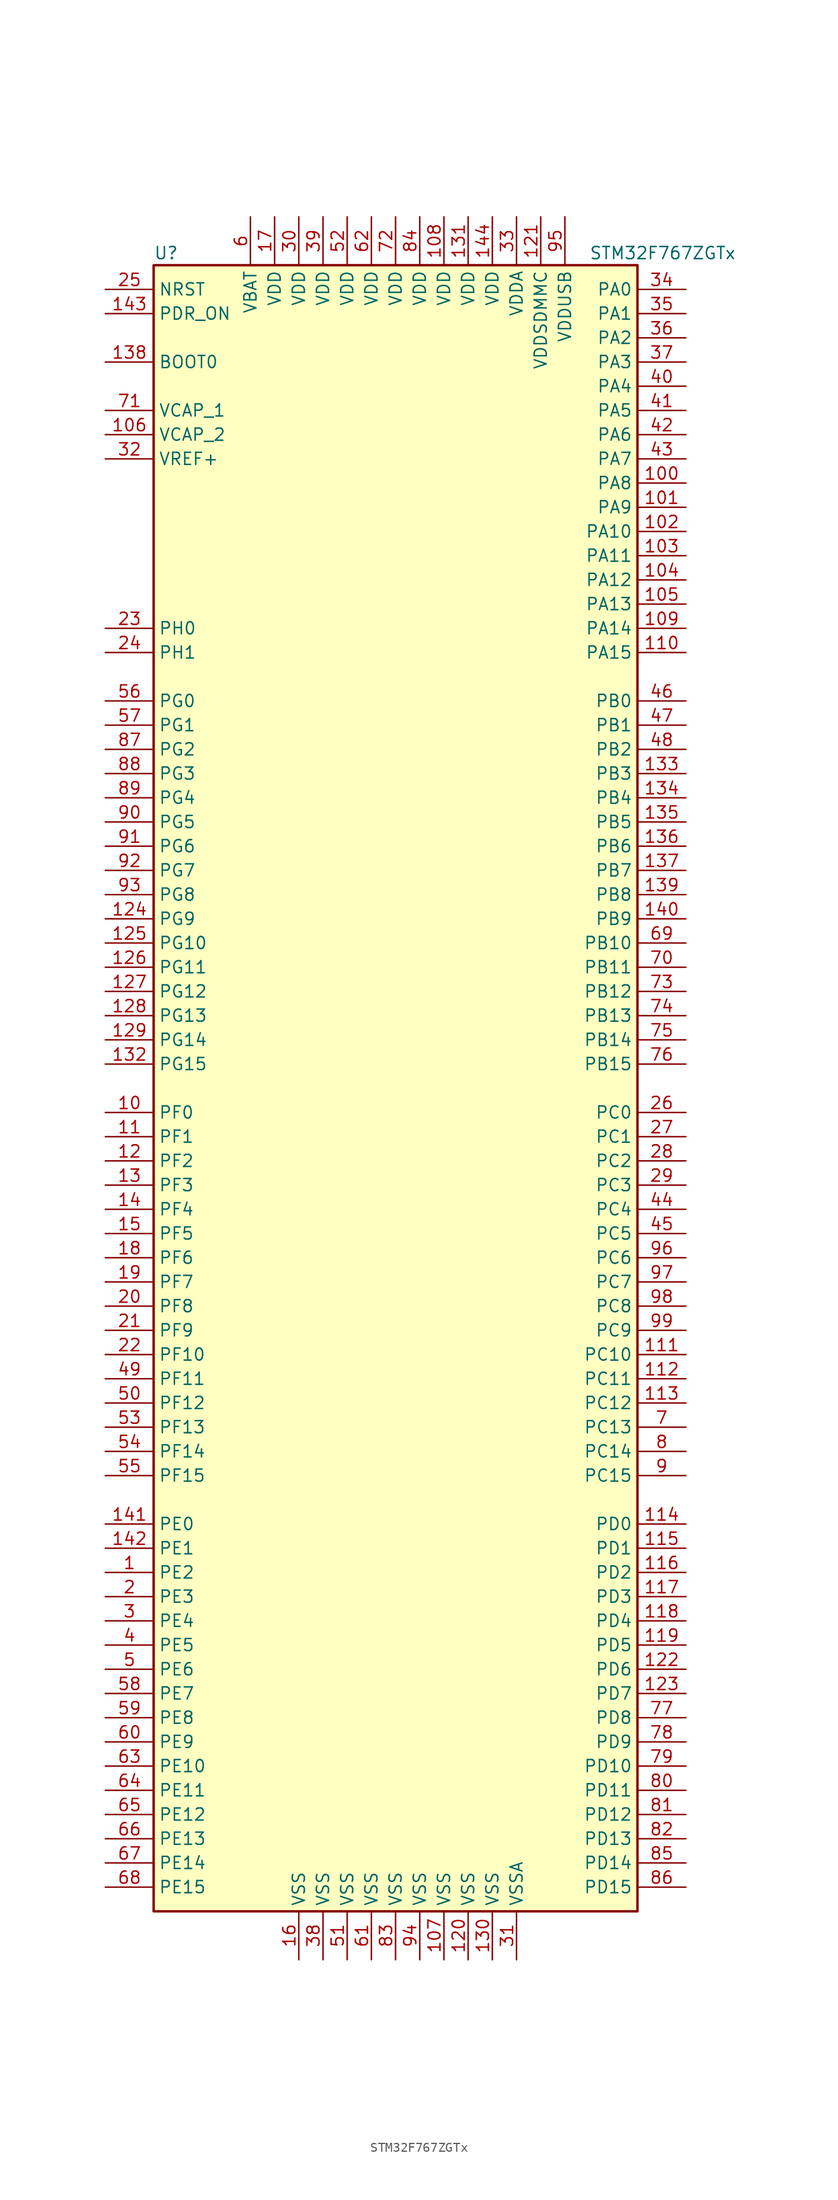
<source format=kicad_sym>
(kicad_symbol_lib
  (version 20201005)
  (generator kicad_symbol_editor)
  (symbol "STM32F767ZGTx"
    (property "Reference" "U"
      (at -25.4 87.63 0)
      (effects (font (size 1.27 1.27)) (justify left)))
    (property "Value" "STM32F767ZGTx"
      (at 20.32 87.63 0)
      (effects (font (size 1.27 1.27)) (justify left)))
    (symbol "STM32F767ZGTx_0_1"
      (rectangle (start -25.4 -86.36) (end 25.4 86.36) (stroke (width 0.254)) (fill (type background))))
    (symbol "STM32F767ZGTx_1_1"
      (pin input line (at -30.48 76.2 0) (length 5.08) (name "BOOT0" (effects (font (size 1.27 1.27)))) (number "138" (effects (font (size 1.27 1.27)))))
      (pin input line (at -30.48 83.82 0) (length 5.08) (name "NRST" (effects (font (size 1.27 1.27)))) (number "25" (effects (font (size 1.27 1.27)))))
      (pin bidirectional line (at 30.48 83.82 180) (length 5.08) (name "PA0" (effects (font (size 1.27 1.27)))) (number "34" (effects (font (size 1.27 1.27)))))
      (pin bidirectional line (at 30.48 81.28 180) (length 5.08) (name "PA1" (effects (font (size 1.27 1.27)))) (number "35" (effects (font (size 1.27 1.27)))))
      (pin bidirectional line (at 30.48 58.42 180) (length 5.08) (name "PA10" (effects (font (size 1.27 1.27)))) (number "102" (effects (font (size 1.27 1.27)))))
      (pin bidirectional line (at 30.48 55.88 180) (length 5.08) (name "PA11" (effects (font (size 1.27 1.27)))) (number "103" (effects (font (size 1.27 1.27)))))
      (pin bidirectional line (at 30.48 53.34 180) (length 5.08) (name "PA12" (effects (font (size 1.27 1.27)))) (number "104" (effects (font (size 1.27 1.27)))))
      (pin bidirectional line (at 30.48 50.8 180) (length 5.08) (name "PA13" (effects (font (size 1.27 1.27)))) (number "105" (effects (font (size 1.27 1.27)))))
      (pin bidirectional line (at 30.48 48.26 180) (length 5.08) (name "PA14" (effects (font (size 1.27 1.27)))) (number "109" (effects (font (size 1.27 1.27)))))
      (pin bidirectional line (at 30.48 45.72 180) (length 5.08) (name "PA15" (effects (font (size 1.27 1.27)))) (number "110" (effects (font (size 1.27 1.27)))))
      (pin bidirectional line (at 30.48 78.74 180) (length 5.08) (name "PA2" (effects (font (size 1.27 1.27)))) (number "36" (effects (font (size 1.27 1.27)))))
      (pin bidirectional line (at 30.48 76.2 180) (length 5.08) (name "PA3" (effects (font (size 1.27 1.27)))) (number "37" (effects (font (size 1.27 1.27)))))
      (pin bidirectional line (at 30.48 73.66 180) (length 5.08) (name "PA4" (effects (font (size 1.27 1.27)))) (number "40" (effects (font (size 1.27 1.27)))))
      (pin bidirectional line (at 30.48 71.12 180) (length 5.08) (name "PA5" (effects (font (size 1.27 1.27)))) (number "41" (effects (font (size 1.27 1.27)))))
      (pin bidirectional line (at 30.48 68.58 180) (length 5.08) (name "PA6" (effects (font (size 1.27 1.27)))) (number "42" (effects (font (size 1.27 1.27)))))
      (pin bidirectional line (at 30.48 66.04 180) (length 5.08) (name "PA7" (effects (font (size 1.27 1.27)))) (number "43" (effects (font (size 1.27 1.27)))))
      (pin bidirectional line (at 30.48 63.5 180) (length 5.08) (name "PA8" (effects (font (size 1.27 1.27)))) (number "100" (effects (font (size 1.27 1.27)))))
      (pin bidirectional line (at 30.48 60.96 180) (length 5.08) (name "PA9" (effects (font (size 1.27 1.27)))) (number "101" (effects (font (size 1.27 1.27)))))
      (pin bidirectional line (at 30.48 40.64 180) (length 5.08) (name "PB0" (effects (font (size 1.27 1.27)))) (number "46" (effects (font (size 1.27 1.27)))))
      (pin bidirectional line (at 30.48 38.1 180) (length 5.08) (name "PB1" (effects (font (size 1.27 1.27)))) (number "47" (effects (font (size 1.27 1.27)))))
      (pin bidirectional line (at 30.48 15.24 180) (length 5.08) (name "PB10" (effects (font (size 1.27 1.27)))) (number "69" (effects (font (size 1.27 1.27)))))
      (pin bidirectional line (at 30.48 12.7 180) (length 5.08) (name "PB11" (effects (font (size 1.27 1.27)))) (number "70" (effects (font (size 1.27 1.27)))))
      (pin bidirectional line (at 30.48 10.16 180) (length 5.08) (name "PB12" (effects (font (size 1.27 1.27)))) (number "73" (effects (font (size 1.27 1.27)))))
      (pin bidirectional line (at 30.48 7.62 180) (length 5.08) (name "PB13" (effects (font (size 1.27 1.27)))) (number "74" (effects (font (size 1.27 1.27)))))
      (pin bidirectional line (at 30.48 5.08 180) (length 5.08) (name "PB14" (effects (font (size 1.27 1.27)))) (number "75" (effects (font (size 1.27 1.27)))))
      (pin bidirectional line (at 30.48 2.54 180) (length 5.08) (name "PB15" (effects (font (size 1.27 1.27)))) (number "76" (effects (font (size 1.27 1.27)))))
      (pin bidirectional line (at 30.48 35.56 180) (length 5.08) (name "PB2" (effects (font (size 1.27 1.27)))) (number "48" (effects (font (size 1.27 1.27)))))
      (pin bidirectional line (at 30.48 33.02 180) (length 5.08) (name "PB3" (effects (font (size 1.27 1.27)))) (number "133" (effects (font (size 1.27 1.27)))))
      (pin bidirectional line (at 30.48 30.48 180) (length 5.08) (name "PB4" (effects (font (size 1.27 1.27)))) (number "134" (effects (font (size 1.27 1.27)))))
      (pin bidirectional line (at 30.48 27.94 180) (length 5.08) (name "PB5" (effects (font (size 1.27 1.27)))) (number "135" (effects (font (size 1.27 1.27)))))
      (pin bidirectional line (at 30.48 25.4 180) (length 5.08) (name "PB6" (effects (font (size 1.27 1.27)))) (number "136" (effects (font (size 1.27 1.27)))))
      (pin bidirectional line (at 30.48 22.86 180) (length 5.08) (name "PB7" (effects (font (size 1.27 1.27)))) (number "137" (effects (font (size 1.27 1.27)))))
      (pin bidirectional line (at 30.48 20.32 180) (length 5.08) (name "PB8" (effects (font (size 1.27 1.27)))) (number "139" (effects (font (size 1.27 1.27)))))
      (pin bidirectional line (at 30.48 17.78 180) (length 5.08) (name "PB9" (effects (font (size 1.27 1.27)))) (number "140" (effects (font (size 1.27 1.27)))))
      (pin bidirectional line (at 30.48 -2.54 180) (length 5.08) (name "PC0" (effects (font (size 1.27 1.27)))) (number "26" (effects (font (size 1.27 1.27)))))
      (pin bidirectional line (at 30.48 -5.08 180) (length 5.08) (name "PC1" (effects (font (size 1.27 1.27)))) (number "27" (effects (font (size 1.27 1.27)))))
      (pin bidirectional line (at 30.48 -27.94 180) (length 5.08) (name "PC10" (effects (font (size 1.27 1.27)))) (number "111" (effects (font (size 1.27 1.27)))))
      (pin bidirectional line (at 30.48 -30.48 180) (length 5.08) (name "PC11" (effects (font (size 1.27 1.27)))) (number "112" (effects (font (size 1.27 1.27)))))
      (pin bidirectional line (at 30.48 -33.02 180) (length 5.08) (name "PC12" (effects (font (size 1.27 1.27)))) (number "113" (effects (font (size 1.27 1.27)))))
      (pin bidirectional line (at 30.48 -35.56 180) (length 5.08) (name "PC13" (effects (font (size 1.27 1.27)))) (number "7" (effects (font (size 1.27 1.27)))))
      (pin bidirectional line (at 30.48 -38.1 180) (length 5.08) (name "PC14" (effects (font (size 1.27 1.27)))) (number "8" (effects (font (size 1.27 1.27)))))
      (pin bidirectional line (at 30.48 -40.64 180) (length 5.08) (name "PC15" (effects (font (size 1.27 1.27)))) (number "9" (effects (font (size 1.27 1.27)))))
      (pin bidirectional line (at 30.48 -7.62 180) (length 5.08) (name "PC2" (effects (font (size 1.27 1.27)))) (number "28" (effects (font (size 1.27 1.27)))))
      (pin bidirectional line (at 30.48 -10.16 180) (length 5.08) (name "PC3" (effects (font (size 1.27 1.27)))) (number "29" (effects (font (size 1.27 1.27)))))
      (pin bidirectional line (at 30.48 -12.7 180) (length 5.08) (name "PC4" (effects (font (size 1.27 1.27)))) (number "44" (effects (font (size 1.27 1.27)))))
      (pin bidirectional line (at 30.48 -15.24 180) (length 5.08) (name "PC5" (effects (font (size 1.27 1.27)))) (number "45" (effects (font (size 1.27 1.27)))))
      (pin bidirectional line (at 30.48 -17.78 180) (length 5.08) (name "PC6" (effects (font (size 1.27 1.27)))) (number "96" (effects (font (size 1.27 1.27)))))
      (pin bidirectional line (at 30.48 -20.32 180) (length 5.08) (name "PC7" (effects (font (size 1.27 1.27)))) (number "97" (effects (font (size 1.27 1.27)))))
      (pin bidirectional line (at 30.48 -22.86 180) (length 5.08) (name "PC8" (effects (font (size 1.27 1.27)))) (number "98" (effects (font (size 1.27 1.27)))))
      (pin bidirectional line (at 30.48 -25.4 180) (length 5.08) (name "PC9" (effects (font (size 1.27 1.27)))) (number "99" (effects (font (size 1.27 1.27)))))
      (pin bidirectional line (at 30.48 -45.72 180) (length 5.08) (name "PD0" (effects (font (size 1.27 1.27)))) (number "114" (effects (font (size 1.27 1.27)))))
      (pin bidirectional line (at 30.48 -48.26 180) (length 5.08) (name "PD1" (effects (font (size 1.27 1.27)))) (number "115" (effects (font (size 1.27 1.27)))))
      (pin bidirectional line (at 30.48 -71.12 180) (length 5.08) (name "PD10" (effects (font (size 1.27 1.27)))) (number "79" (effects (font (size 1.27 1.27)))))
      (pin bidirectional line (at 30.48 -73.66 180) (length 5.08) (name "PD11" (effects (font (size 1.27 1.27)))) (number "80" (effects (font (size 1.27 1.27)))))
      (pin bidirectional line (at 30.48 -76.2 180) (length 5.08) (name "PD12" (effects (font (size 1.27 1.27)))) (number "81" (effects (font (size 1.27 1.27)))))
      (pin bidirectional line (at 30.48 -78.74 180) (length 5.08) (name "PD13" (effects (font (size 1.27 1.27)))) (number "82" (effects (font (size 1.27 1.27)))))
      (pin bidirectional line (at 30.48 -81.28 180) (length 5.08) (name "PD14" (effects (font (size 1.27 1.27)))) (number "85" (effects (font (size 1.27 1.27)))))
      (pin bidirectional line (at 30.48 -83.82 180) (length 5.08) (name "PD15" (effects (font (size 1.27 1.27)))) (number "86" (effects (font (size 1.27 1.27)))))
      (pin bidirectional line (at 30.48 -50.8 180) (length 5.08) (name "PD2" (effects (font (size 1.27 1.27)))) (number "116" (effects (font (size 1.27 1.27)))))
      (pin bidirectional line (at 30.48 -53.34 180) (length 5.08) (name "PD3" (effects (font (size 1.27 1.27)))) (number "117" (effects (font (size 1.27 1.27)))))
      (pin bidirectional line (at 30.48 -55.88 180) (length 5.08) (name "PD4" (effects (font (size 1.27 1.27)))) (number "118" (effects (font (size 1.27 1.27)))))
      (pin bidirectional line (at 30.48 -58.42 180) (length 5.08) (name "PD5" (effects (font (size 1.27 1.27)))) (number "119" (effects (font (size 1.27 1.27)))))
      (pin bidirectional line (at 30.48 -60.96 180) (length 5.08) (name "PD6" (effects (font (size 1.27 1.27)))) (number "122" (effects (font (size 1.27 1.27)))))
      (pin bidirectional line (at 30.48 -63.5 180) (length 5.08) (name "PD7" (effects (font (size 1.27 1.27)))) (number "123" (effects (font (size 1.27 1.27)))))
      (pin bidirectional line (at 30.48 -66.04 180) (length 5.08) (name "PD8" (effects (font (size 1.27 1.27)))) (number "77" (effects (font (size 1.27 1.27)))))
      (pin bidirectional line (at 30.48 -68.58 180) (length 5.08) (name "PD9" (effects (font (size 1.27 1.27)))) (number "78" (effects (font (size 1.27 1.27)))))
      (pin input line (at -30.48 81.28 0) (length 5.08) (name "PDR_ON" (effects (font (size 1.27 1.27)))) (number "143" (effects (font (size 1.27 1.27)))))
      (pin bidirectional line (at -30.48 -45.72 0) (length 5.08) (name "PE0" (effects (font (size 1.27 1.27)))) (number "141" (effects (font (size 1.27 1.27)))))
      (pin bidirectional line (at -30.48 -48.26 0) (length 5.08) (name "PE1" (effects (font (size 1.27 1.27)))) (number "142" (effects (font (size 1.27 1.27)))))
      (pin bidirectional line (at -30.48 -71.12 0) (length 5.08) (name "PE10" (effects (font (size 1.27 1.27)))) (number "63" (effects (font (size 1.27 1.27)))))
      (pin bidirectional line (at -30.48 -73.66 0) (length 5.08) (name "PE11" (effects (font (size 1.27 1.27)))) (number "64" (effects (font (size 1.27 1.27)))))
      (pin bidirectional line (at -30.48 -76.2 0) (length 5.08) (name "PE12" (effects (font (size 1.27 1.27)))) (number "65" (effects (font (size 1.27 1.27)))))
      (pin bidirectional line (at -30.48 -78.74 0) (length 5.08) (name "PE13" (effects (font (size 1.27 1.27)))) (number "66" (effects (font (size 1.27 1.27)))))
      (pin bidirectional line (at -30.48 -81.28 0) (length 5.08) (name "PE14" (effects (font (size 1.27 1.27)))) (number "67" (effects (font (size 1.27 1.27)))))
      (pin bidirectional line (at -30.48 -83.82 0) (length 5.08) (name "PE15" (effects (font (size 1.27 1.27)))) (number "68" (effects (font (size 1.27 1.27)))))
      (pin bidirectional line (at -30.48 -50.8 0) (length 5.08) (name "PE2" (effects (font (size 1.27 1.27)))) (number "1" (effects (font (size 1.27 1.27)))))
      (pin bidirectional line (at -30.48 -53.34 0) (length 5.08) (name "PE3" (effects (font (size 1.27 1.27)))) (number "2" (effects (font (size 1.27 1.27)))))
      (pin bidirectional line (at -30.48 -55.88 0) (length 5.08) (name "PE4" (effects (font (size 1.27 1.27)))) (number "3" (effects (font (size 1.27 1.27)))))
      (pin bidirectional line (at -30.48 -58.42 0) (length 5.08) (name "PE5" (effects (font (size 1.27 1.27)))) (number "4" (effects (font (size 1.27 1.27)))))
      (pin bidirectional line (at -30.48 -60.96 0) (length 5.08) (name "PE6" (effects (font (size 1.27 1.27)))) (number "5" (effects (font (size 1.27 1.27)))))
      (pin bidirectional line (at -30.48 -63.5 0) (length 5.08) (name "PE7" (effects (font (size 1.27 1.27)))) (number "58" (effects (font (size 1.27 1.27)))))
      (pin bidirectional line (at -30.48 -66.04 0) (length 5.08) (name "PE8" (effects (font (size 1.27 1.27)))) (number "59" (effects (font (size 1.27 1.27)))))
      (pin bidirectional line (at -30.48 -68.58 0) (length 5.08) (name "PE9" (effects (font (size 1.27 1.27)))) (number "60" (effects (font (size 1.27 1.27)))))
      (pin bidirectional line (at -30.48 -2.54 0) (length 5.08) (name "PF0" (effects (font (size 1.27 1.27)))) (number "10" (effects (font (size 1.27 1.27)))))
      (pin bidirectional line (at -30.48 -5.08 0) (length 5.08) (name "PF1" (effects (font (size 1.27 1.27)))) (number "11" (effects (font (size 1.27 1.27)))))
      (pin bidirectional line (at -30.48 -27.94 0) (length 5.08) (name "PF10" (effects (font (size 1.27 1.27)))) (number "22" (effects (font (size 1.27 1.27)))))
      (pin bidirectional line (at -30.48 -30.48 0) (length 5.08) (name "PF11" (effects (font (size 1.27 1.27)))) (number "49" (effects (font (size 1.27 1.27)))))
      (pin bidirectional line (at -30.48 -33.02 0) (length 5.08) (name "PF12" (effects (font (size 1.27 1.27)))) (number "50" (effects (font (size 1.27 1.27)))))
      (pin bidirectional line (at -30.48 -35.56 0) (length 5.08) (name "PF13" (effects (font (size 1.27 1.27)))) (number "53" (effects (font (size 1.27 1.27)))))
      (pin bidirectional line (at -30.48 -38.1 0) (length 5.08) (name "PF14" (effects (font (size 1.27 1.27)))) (number "54" (effects (font (size 1.27 1.27)))))
      (pin bidirectional line (at -30.48 -40.64 0) (length 5.08) (name "PF15" (effects (font (size 1.27 1.27)))) (number "55" (effects (font (size 1.27 1.27)))))
      (pin bidirectional line (at -30.48 -7.62 0) (length 5.08) (name "PF2" (effects (font (size 1.27 1.27)))) (number "12" (effects (font (size 1.27 1.27)))))
      (pin bidirectional line (at -30.48 -10.16 0) (length 5.08) (name "PF3" (effects (font (size 1.27 1.27)))) (number "13" (effects (font (size 1.27 1.27)))))
      (pin bidirectional line (at -30.48 -12.7 0) (length 5.08) (name "PF4" (effects (font (size 1.27 1.27)))) (number "14" (effects (font (size 1.27 1.27)))))
      (pin bidirectional line (at -30.48 -15.24 0) (length 5.08) (name "PF5" (effects (font (size 1.27 1.27)))) (number "15" (effects (font (size 1.27 1.27)))))
      (pin bidirectional line (at -30.48 -17.78 0) (length 5.08) (name "PF6" (effects (font (size 1.27 1.27)))) (number "18" (effects (font (size 1.27 1.27)))))
      (pin bidirectional line (at -30.48 -20.32 0) (length 5.08) (name "PF7" (effects (font (size 1.27 1.27)))) (number "19" (effects (font (size 1.27 1.27)))))
      (pin bidirectional line (at -30.48 -22.86 0) (length 5.08) (name "PF8" (effects (font (size 1.27 1.27)))) (number "20" (effects (font (size 1.27 1.27)))))
      (pin bidirectional line (at -30.48 -25.4 0) (length 5.08) (name "PF9" (effects (font (size 1.27 1.27)))) (number "21" (effects (font (size 1.27 1.27)))))
      (pin bidirectional line (at -30.48 40.64 0) (length 5.08) (name "PG0" (effects (font (size 1.27 1.27)))) (number "56" (effects (font (size 1.27 1.27)))))
      (pin bidirectional line (at -30.48 38.1 0) (length 5.08) (name "PG1" (effects (font (size 1.27 1.27)))) (number "57" (effects (font (size 1.27 1.27)))))
      (pin bidirectional line (at -30.48 15.24 0) (length 5.08) (name "PG10" (effects (font (size 1.27 1.27)))) (number "125" (effects (font (size 1.27 1.27)))))
      (pin bidirectional line (at -30.48 12.7 0) (length 5.08) (name "PG11" (effects (font (size 1.27 1.27)))) (number "126" (effects (font (size 1.27 1.27)))))
      (pin bidirectional line (at -30.48 10.16 0) (length 5.08) (name "PG12" (effects (font (size 1.27 1.27)))) (number "127" (effects (font (size 1.27 1.27)))))
      (pin bidirectional line (at -30.48 7.62 0) (length 5.08) (name "PG13" (effects (font (size 1.27 1.27)))) (number "128" (effects (font (size 1.27 1.27)))))
      (pin bidirectional line (at -30.48 5.08 0) (length 5.08) (name "PG14" (effects (font (size 1.27 1.27)))) (number "129" (effects (font (size 1.27 1.27)))))
      (pin bidirectional line (at -30.48 2.54 0) (length 5.08) (name "PG15" (effects (font (size 1.27 1.27)))) (number "132" (effects (font (size 1.27 1.27)))))
      (pin bidirectional line (at -30.48 35.56 0) (length 5.08) (name "PG2" (effects (font (size 1.27 1.27)))) (number "87" (effects (font (size 1.27 1.27)))))
      (pin bidirectional line (at -30.48 33.02 0) (length 5.08) (name "PG3" (effects (font (size 1.27 1.27)))) (number "88" (effects (font (size 1.27 1.27)))))
      (pin bidirectional line (at -30.48 30.48 0) (length 5.08) (name "PG4" (effects (font (size 1.27 1.27)))) (number "89" (effects (font (size 1.27 1.27)))))
      (pin bidirectional line (at -30.48 27.94 0) (length 5.08) (name "PG5" (effects (font (size 1.27 1.27)))) (number "90" (effects (font (size 1.27 1.27)))))
      (pin bidirectional line (at -30.48 25.4 0) (length 5.08) (name "PG6" (effects (font (size 1.27 1.27)))) (number "91" (effects (font (size 1.27 1.27)))))
      (pin bidirectional line (at -30.48 22.86 0) (length 5.08) (name "PG7" (effects (font (size 1.27 1.27)))) (number "92" (effects (font (size 1.27 1.27)))))
      (pin bidirectional line (at -30.48 20.32 0) (length 5.08) (name "PG8" (effects (font (size 1.27 1.27)))) (number "93" (effects (font (size 1.27 1.27)))))
      (pin bidirectional line (at -30.48 17.78 0) (length 5.08) (name "PG9" (effects (font (size 1.27 1.27)))) (number "124" (effects (font (size 1.27 1.27)))))
      (pin input line (at -30.48 48.26 0) (length 5.08) (name "PH0" (effects (font (size 1.27 1.27)))) (number "23" (effects (font (size 1.27 1.27)))))
      (pin input line (at -30.48 45.72 0) (length 5.08) (name "PH1" (effects (font (size 1.27 1.27)))) (number "24" (effects (font (size 1.27 1.27)))))
      (pin power_in line (at -15.24 91.44 270) (length 5.08) (name "VBAT" (effects (font (size 1.27 1.27)))) (number "6" (effects (font (size 1.27 1.27)))))
      (pin power_in line (at -30.48 71.12 0) (length 5.08) (name "VCAP_1" (effects (font (size 1.27 1.27)))) (number "71" (effects (font (size 1.27 1.27)))))
      (pin power_in line (at -30.48 68.58 0) (length 5.08) (name "VCAP_2" (effects (font (size 1.27 1.27)))) (number "106" (effects (font (size 1.27 1.27)))))
      (pin power_in line (at 5.08 91.44 270) (length 5.08) (name "VDD" (effects (font (size 1.27 1.27)))) (number "108" (effects (font (size 1.27 1.27)))))
      (pin power_in line (at 7.62 91.44 270) (length 5.08) (name "VDD" (effects (font (size 1.27 1.27)))) (number "131" (effects (font (size 1.27 1.27)))))
      (pin power_in line (at 10.16 91.44 270) (length 5.08) (name "VDD" (effects (font (size 1.27 1.27)))) (number "144" (effects (font (size 1.27 1.27)))))
      (pin power_in line (at -12.7 91.44 270) (length 5.08) (name "VDD" (effects (font (size 1.27 1.27)))) (number "17" (effects (font (size 1.27 1.27)))))
      (pin power_in line (at -10.16 91.44 270) (length 5.08) (name "VDD" (effects (font (size 1.27 1.27)))) (number "30" (effects (font (size 1.27 1.27)))))
      (pin power_in line (at -7.62 91.44 270) (length 5.08) (name "VDD" (effects (font (size 1.27 1.27)))) (number "39" (effects (font (size 1.27 1.27)))))
      (pin power_in line (at -5.08 91.44 270) (length 5.08) (name "VDD" (effects (font (size 1.27 1.27)))) (number "52" (effects (font (size 1.27 1.27)))))
      (pin power_in line (at -2.54 91.44 270) (length 5.08) (name "VDD" (effects (font (size 1.27 1.27)))) (number "62" (effects (font (size 1.27 1.27)))))
      (pin power_in line (at 0 91.44 270) (length 5.08) (name "VDD" (effects (font (size 1.27 1.27)))) (number "72" (effects (font (size 1.27 1.27)))))
      (pin power_in line (at 2.54 91.44 270) (length 5.08) (name "VDD" (effects (font (size 1.27 1.27)))) (number "84" (effects (font (size 1.27 1.27)))))
      (pin power_in line (at 12.7 91.44 270) (length 5.08) (name "VDDA" (effects (font (size 1.27 1.27)))) (number "33" (effects (font (size 1.27 1.27)))))
      (pin power_in line (at 15.24 91.44 270) (length 5.08) (name "VDDSDMMC" (effects (font (size 1.27 1.27)))) (number "121" (effects (font (size 1.27 1.27)))))
      (pin power_in line (at 17.78 91.44 270) (length 5.08) (name "VDDUSB" (effects (font (size 1.27 1.27)))) (number "95" (effects (font (size 1.27 1.27)))))
      (pin power_in line (at -30.48 66.04 0) (length 5.08) (name "VREF+" (effects (font (size 1.27 1.27)))) (number "32" (effects (font (size 1.27 1.27)))))
      (pin power_in line (at 5.08 -91.44 90) (length 5.08) (name "VSS" (effects (font (size 1.27 1.27)))) (number "107" (effects (font (size 1.27 1.27)))))
      (pin power_in line (at 7.62 -91.44 90) (length 5.08) (name "VSS" (effects (font (size 1.27 1.27)))) (number "120" (effects (font (size 1.27 1.27)))))
      (pin power_in line (at 10.16 -91.44 90) (length 5.08) (name "VSS" (effects (font (size 1.27 1.27)))) (number "130" (effects (font (size 1.27 1.27)))))
      (pin power_in line (at -10.16 -91.44 90) (length 5.08) (name "VSS" (effects (font (size 1.27 1.27)))) (number "16" (effects (font (size 1.27 1.27)))))
      (pin power_in line (at -7.62 -91.44 90) (length 5.08) (name "VSS" (effects (font (size 1.27 1.27)))) (number "38" (effects (font (size 1.27 1.27)))))
      (pin power_in line (at -5.08 -91.44 90) (length 5.08) (name "VSS" (effects (font (size 1.27 1.27)))) (number "51" (effects (font (size 1.27 1.27)))))
      (pin power_in line (at -2.54 -91.44 90) (length 5.08) (name "VSS" (effects (font (size 1.27 1.27)))) (number "61" (effects (font (size 1.27 1.27)))))
      (pin power_in line (at 0 -91.44 90) (length 5.08) (name "VSS" (effects (font (size 1.27 1.27)))) (number "83" (effects (font (size 1.27 1.27)))))
      (pin power_in line (at 2.54 -91.44 90) (length 5.08) (name "VSS" (effects (font (size 1.27 1.27)))) (number "94" (effects (font (size 1.27 1.27)))))
      (pin power_in line (at 12.7 -91.44 90) (length 5.08) (name "VSSA" (effects (font (size 1.27 1.27)))) (number "31" (effects (font (size 1.27 1.27))))))))
</source>
